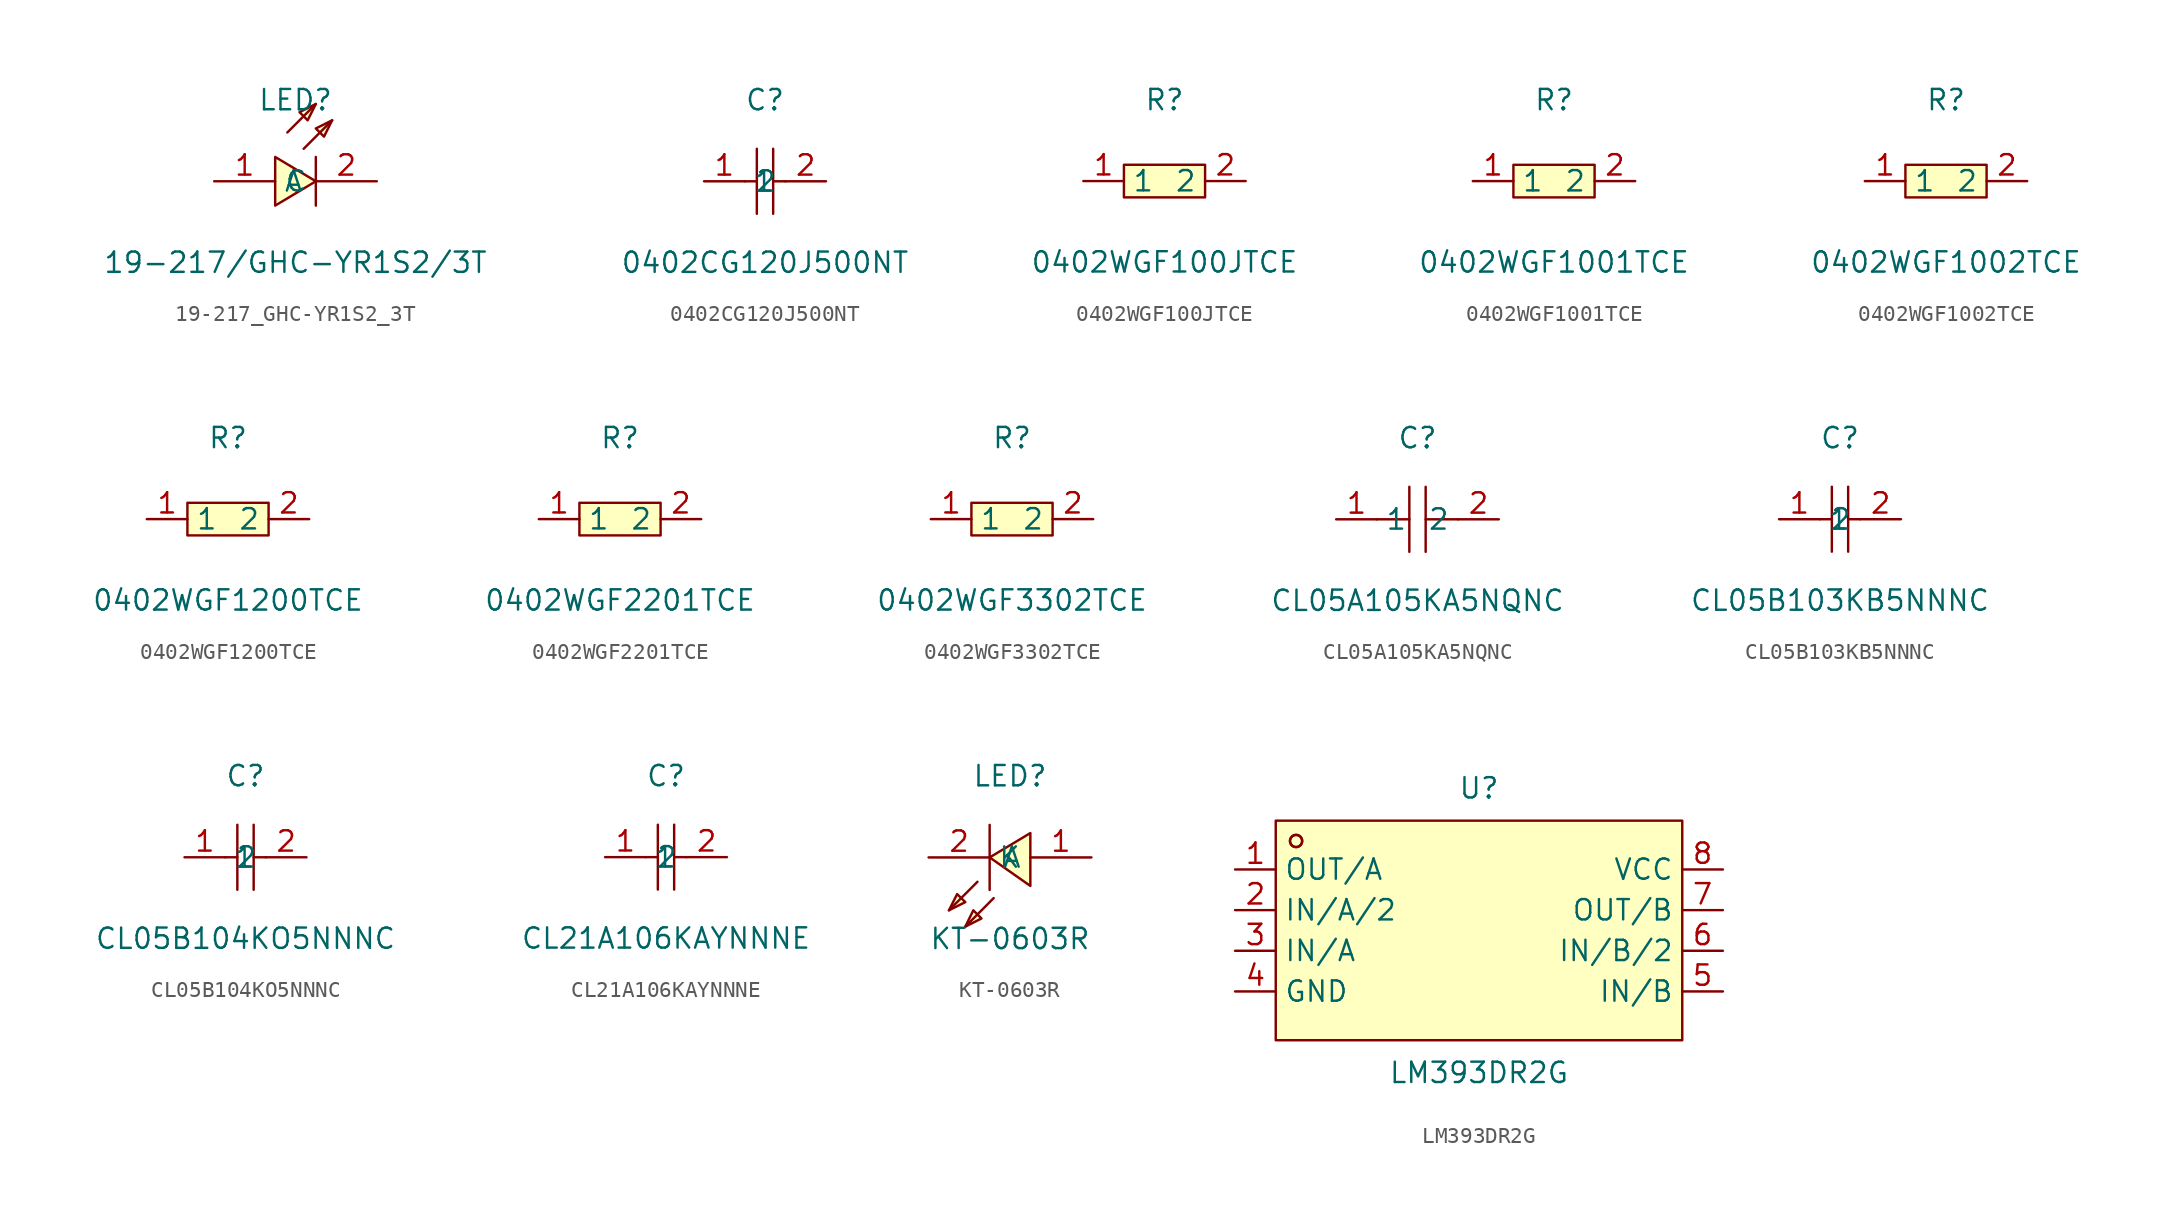
<source format=kicad_sym>
(kicad_symbol_lib
  (version 20211014)
  (generator https://github.com/uPesy/easyeda2kicad.py)
  (symbol "19-217_GHC-YR1S2_3T"
    (property "Reference" "LED"
      (at 0 3.81 0)
      (effects (font (size 1.27 1.27))))
    (property "Value" "19-217/GHC-YR1S2/3T"
      (at 0 -6.35 0)
      (effects (font (size 1.27 1.27))))
    (symbol "19-217_GHC-YR1S2_3T_0_1"
      (polyline (pts (xy -0.51 1.78) (xy 1.27 3.56)) (stroke (width 0) (type default) (color 0 0 0 0)) (fill (type none)))
      (polyline (pts (xy 0.51 0.76) (xy 2.29 2.54)) (stroke (width 0) (type default) (color 0 0 0 0)) (fill (type none)))
      (polyline (pts (xy 1.27 0.25) (xy 1.27 -2.79)) (stroke (width 0) (type default) (color 0 0 0 0)) (fill (type none)))
      (polyline (pts (xy -1.27 -2.79) (xy 1.27 -1.27) (xy -1.27 0.25) (xy -1.27 -2.79)) (stroke (width 0) (type default) (color 0 0 0 0)) (fill (type background)))
      (polyline (pts (xy 1.27 3.56) (xy 0.25 3.05) (xy 0.76 2.54) (xy 1.27 3.56)) (stroke (width 0) (type default) (color 0 0 0 0)) (fill (type background)))
      (polyline (pts (xy 2.29 2.54) (xy 1.27 2.03) (xy 1.78 1.52) (xy 2.29 2.54)) (stroke (width 0) (type default) (color 0 0 0 0)) (fill (type background)))
      (pin input line (at -5.08 -1.27 0) (length 3.81) (name "A" (effects (font (size 1.27 1.27)))) (number "1" (effects (font (size 1.27 1.27)))))
      (pin input line (at 5.08 -1.27 180) (length 3.81) (name "C" (effects (font (size 1.27 1.27)))) (number "2" (effects (font (size 1.27 1.27)))))))
  (symbol "0402CG120J500NT"
    (property "Reference" "C"
      (at 0 5.08 0)
      (effects (font (size 1.27 1.27))))
    (property "Value" "0402CG120J500NT"
      (at 0 -5.08 0)
      (effects (font (size 1.27 1.27))))
    (symbol "0402CG120J500NT_0_1"
      (polyline (pts (xy -1.27 0) (xy -0.51 0)) (stroke (width 0) (type default) (color 0 0 0 0)) (fill (type none)))
      (polyline (pts (xy -0.51 2.03) (xy -0.51 -2.03)) (stroke (width 0) (type default) (color 0 0 0 0)) (fill (type none)))
      (polyline (pts (xy 0.51 0) (xy 1.27 0)) (stroke (width 0) (type default) (color 0 0 0 0)) (fill (type none)))
      (polyline (pts (xy 0.51 2.03) (xy 0.51 -2.03)) (stroke (width 0) (type default) (color 0 0 0 0)) (fill (type none)))
      (pin input line (at -3.81 0 0) (length 2.54) (name "1" (effects (font (size 1.27 1.27)))) (number "1" (effects (font (size 1.27 1.27)))))
      (pin input line (at 3.81 0 180) (length 2.54) (name "2" (effects (font (size 1.27 1.27)))) (number "2" (effects (font (size 1.27 1.27)))))))
  (symbol "0402WGF100JTCE"
    (property "Reference" "R"
      (at 0 5.08 0)
      (effects (font (size 1.27 1.27))))
    (property "Value" "0402WGF100JTCE"
      (at 0 -5.08 0)
      (effects (font (size 1.27 1.27))))
    (symbol "0402WGF100JTCE_0_1"
      (rectangle (start -2.54 1.02) (end 2.54 -1.02) (stroke (width 0) (type default) (color 0 0 0 0)) (fill (type background)))
      (pin input line (at -5.08 0 0) (length 2.54) (name "1" (effects (font (size 1.27 1.27)))) (number "1" (effects (font (size 1.27 1.27)))))
      (pin input line (at 5.08 0 180) (length 2.54) (name "2" (effects (font (size 1.27 1.27)))) (number "2" (effects (font (size 1.27 1.27)))))))
  (symbol "0402WGF1001TCE"
    (property "Reference" "R"
      (at 0 5.08 0)
      (effects (font (size 1.27 1.27))))
    (property "Value" "0402WGF1001TCE"
      (at 0 -5.08 0)
      (effects (font (size 1.27 1.27))))
    (symbol "0402WGF1001TCE_0_1"
      (rectangle (start -2.54 1.02) (end 2.54 -1.02) (stroke (width 0) (type default) (color 0 0 0 0)) (fill (type background)))
      (pin input line (at -5.08 0 0) (length 2.54) (name "1" (effects (font (size 1.27 1.27)))) (number "1" (effects (font (size 1.27 1.27)))))
      (pin input line (at 5.08 0 180) (length 2.54) (name "2" (effects (font (size 1.27 1.27)))) (number "2" (effects (font (size 1.27 1.27)))))))
  (symbol "0402WGF1002TCE"
    (property "Reference" "R"
      (at 0 5.08 0)
      (effects (font (size 1.27 1.27))))
    (property "Value" "0402WGF1002TCE"
      (at 0 -5.08 0)
      (effects (font (size 1.27 1.27))))
    (symbol "0402WGF1002TCE_0_1"
      (rectangle (start -2.54 1.02) (end 2.54 -1.02) (stroke (width 0) (type default) (color 0 0 0 0)) (fill (type background)))
      (pin input line (at -5.08 0 0) (length 2.54) (name "1" (effects (font (size 1.27 1.27)))) (number "1" (effects (font (size 1.27 1.27)))))
      (pin input line (at 5.08 0 180) (length 2.54) (name "2" (effects (font (size 1.27 1.27)))) (number "2" (effects (font (size 1.27 1.27)))))))
  (symbol "0402WGF1200TCE"
    (property "Reference" "R"
      (at 0 5.08 0)
      (effects (font (size 1.27 1.27))))
    (property "Value" "0402WGF1200TCE"
      (at 0 -5.08 0)
      (effects (font (size 1.27 1.27))))
    (symbol "0402WGF1200TCE_0_1"
      (rectangle (start -2.54 1.02) (end 2.54 -1.02) (stroke (width 0) (type default) (color 0 0 0 0)) (fill (type background)))
      (pin input line (at -5.08 0 0) (length 2.54) (name "1" (effects (font (size 1.27 1.27)))) (number "1" (effects (font (size 1.27 1.27)))))
      (pin input line (at 5.08 0 180) (length 2.54) (name "2" (effects (font (size 1.27 1.27)))) (number "2" (effects (font (size 1.27 1.27)))))))
  (symbol "0402WGF2201TCE"
    (property "Reference" "R"
      (at 0 5.08 0)
      (effects (font (size 1.27 1.27))))
    (property "Value" "0402WGF2201TCE"
      (at 0 -5.08 0)
      (effects (font (size 1.27 1.27))))
    (symbol "0402WGF2201TCE_0_1"
      (rectangle (start -2.54 1.02) (end 2.54 -1.02) (stroke (width 0) (type default) (color 0 0 0 0)) (fill (type background)))
      (pin input line (at -5.08 0 0) (length 2.54) (name "1" (effects (font (size 1.27 1.27)))) (number "1" (effects (font (size 1.27 1.27)))))
      (pin input line (at 5.08 0 180) (length 2.54) (name "2" (effects (font (size 1.27 1.27)))) (number "2" (effects (font (size 1.27 1.27)))))))
  (symbol "0402WGF3302TCE"
    (property "Reference" "R"
      (at 0 5.08 0)
      (effects (font (size 1.27 1.27))))
    (property "Value" "0402WGF3302TCE"
      (at 0 -5.08 0)
      (effects (font (size 1.27 1.27))))
    (symbol "0402WGF3302TCE_0_1"
      (rectangle (start -2.54 1.02) (end 2.54 -1.02) (stroke (width 0) (type default) (color 0 0 0 0)) (fill (type background)))
      (pin input line (at -5.08 0 0) (length 2.54) (name "1" (effects (font (size 1.27 1.27)))) (number "1" (effects (font (size 1.27 1.27)))))
      (pin input line (at 5.08 0 180) (length 2.54) (name "2" (effects (font (size 1.27 1.27)))) (number "2" (effects (font (size 1.27 1.27)))))))
  (symbol "CL05A105KA5NQNC"
    (property "Reference" "C"
      (at 0 5.08 0)
      (effects (font (size 1.27 1.27))))
    (property "Value" "CL05A105KA5NQNC"
      (at 0 -5.08 0)
      (effects (font (size 1.27 1.27))))
    (symbol "CL05A105KA5NQNC_0_1"
      (polyline (pts (xy -0.51 -2.03) (xy -0.51 2.03)) (stroke (width 0) (type default) (color 0 0 0 0)) (fill (type none)))
      (polyline (pts (xy -0.51 0) (xy -2.54 0)) (stroke (width 0) (type default) (color 0 0 0 0)) (fill (type none)))
      (polyline (pts (xy 0.51 2.03) (xy 0.51 -2.03)) (stroke (width 0) (type default) (color 0 0 0 0)) (fill (type none)))
      (polyline (pts (xy 2.54 0) (xy 0.51 0)) (stroke (width 0) (type default) (color 0 0 0 0)) (fill (type none)))
      (pin unspecified line (at -5.08 0 0) (length 2.54) (name "1" (effects (font (size 1.27 1.27)))) (number "1" (effects (font (size 1.27 1.27)))))
      (pin unspecified line (at 5.08 0 180) (length 2.54) (name "2" (effects (font (size 1.27 1.27)))) (number "2" (effects (font (size 1.27 1.27)))))))
  (symbol "CL05B103KB5NNNC"
    (property "Reference" "C"
      (at 0 5.08 0)
      (effects (font (size 1.27 1.27))))
    (property "Value" "CL05B103KB5NNNC"
      (at 0 -5.08 0)
      (effects (font (size 1.27 1.27))))
    (symbol "CL05B103KB5NNNC_0_1"
      (polyline (pts (xy -1.27 0) (xy -0.51 0)) (stroke (width 0) (type default) (color 0 0 0 0)) (fill (type none)))
      (polyline (pts (xy -0.51 2.03) (xy -0.51 -2.03)) (stroke (width 0) (type default) (color 0 0 0 0)) (fill (type none)))
      (polyline (pts (xy 0.51 0) (xy 1.27 0)) (stroke (width 0) (type default) (color 0 0 0 0)) (fill (type none)))
      (polyline (pts (xy 0.51 2.03) (xy 0.51 -2.03)) (stroke (width 0) (type default) (color 0 0 0 0)) (fill (type none)))
      (pin input line (at -3.81 0 0) (length 2.54) (name "1" (effects (font (size 1.27 1.27)))) (number "1" (effects (font (size 1.27 1.27)))))
      (pin input line (at 3.81 0 180) (length 2.54) (name "2" (effects (font (size 1.27 1.27)))) (number "2" (effects (font (size 1.27 1.27)))))))
  (symbol "CL05B104KO5NNNC"
    (property "Reference" "C"
      (at 0 5.08 0)
      (effects (font (size 1.27 1.27))))
    (property "Value" "CL05B104KO5NNNC"
      (at 0 -5.08 0)
      (effects (font (size 1.27 1.27))))
    (symbol "CL05B104KO5NNNC_0_1"
      (polyline (pts (xy -1.27 0) (xy -0.51 0)) (stroke (width 0) (type default) (color 0 0 0 0)) (fill (type none)))
      (polyline (pts (xy -0.51 2.03) (xy -0.51 -2.03)) (stroke (width 0) (type default) (color 0 0 0 0)) (fill (type none)))
      (polyline (pts (xy 0.51 0) (xy 1.27 0)) (stroke (width 0) (type default) (color 0 0 0 0)) (fill (type none)))
      (polyline (pts (xy 0.51 2.03) (xy 0.51 -2.03)) (stroke (width 0) (type default) (color 0 0 0 0)) (fill (type none)))
      (pin input line (at -3.81 0 0) (length 2.54) (name "1" (effects (font (size 1.27 1.27)))) (number "1" (effects (font (size 1.27 1.27)))))
      (pin input line (at 3.81 0 180) (length 2.54) (name "2" (effects (font (size 1.27 1.27)))) (number "2" (effects (font (size 1.27 1.27)))))))
  (symbol "CL21A106KAYNNNE"
    (property "Reference" "C"
      (at 0 5.08 0)
      (effects (font (size 1.27 1.27))))
    (property "Value" "CL21A106KAYNNNE"
      (at 0 -5.08 0)
      (effects (font (size 1.27 1.27))))
    (symbol "CL21A106KAYNNNE_0_1"
      (polyline (pts (xy -1.27 0) (xy -0.51 0)) (stroke (width 0) (type default) (color 0 0 0 0)) (fill (type none)))
      (polyline (pts (xy -0.51 2.03) (xy -0.51 -2.03)) (stroke (width 0) (type default) (color 0 0 0 0)) (fill (type none)))
      (polyline (pts (xy 0.51 0) (xy 1.27 0)) (stroke (width 0) (type default) (color 0 0 0 0)) (fill (type none)))
      (polyline (pts (xy 0.51 2.03) (xy 0.51 -2.03)) (stroke (width 0) (type default) (color 0 0 0 0)) (fill (type none)))
      (pin input line (at -3.81 0 0) (length 2.54) (name "1" (effects (font (size 1.27 1.27)))) (number "1" (effects (font (size 1.27 1.27)))))
      (pin input line (at 3.81 0 180) (length 2.54) (name "2" (effects (font (size 1.27 1.27)))) (number "2" (effects (font (size 1.27 1.27)))))))
  (symbol "KT-0603R"
    (property "Reference" "LED"
      (at 0 6.35 0)
      (effects (font (size 1.27 1.27))))
    (property "Value" "KT-0603R"
      (at 0 -3.81 0)
      (effects (font (size 1.27 1.27))))
    (symbol "KT-0603R_0_1"
      (polyline (pts (xy -2.03 -0.25) (xy -3.81 -2.03)) (stroke (width 0) (type default) (color 0 0 0 0)) (fill (type none)))
      (polyline (pts (xy -1.27 -0.76) (xy -1.27 3.3)) (stroke (width 0) (type default) (color 0 0 0 0)) (fill (type none)))
      (polyline (pts (xy -1.02 -1.27) (xy -2.79 -3.05)) (stroke (width 0) (type default) (color 0 0 0 0)) (fill (type none)))
      (polyline (pts (xy -3.81 -2.03) (xy -2.79 -1.52) (xy -3.3 -1.02) (xy -3.81 -2.03)) (stroke (width 0) (type default) (color 0 0 0 0)) (fill (type background)))
      (polyline (pts (xy -2.79 -3.05) (xy -1.78 -2.54) (xy -2.29 -2.03) (xy -2.79 -3.05)) (stroke (width 0) (type default) (color 0 0 0 0)) (fill (type background)))
      (polyline (pts (xy 1.27 2.79) (xy -1.27 1.27) (xy 1.27 -0.51) (xy 1.27 2.79)) (stroke (width 0) (type default) (color 0 0 0 0)) (fill (type background)))
      (pin unspecified line (at 5.08 1.27 180) (length 3.81) (name "A" (effects (font (size 1.27 1.27)))) (number "1" (effects (font (size 1.27 1.27)))))
      (pin unspecified line (at -5.08 1.27 0) (length 3.81) (name "K" (effects (font (size 1.27 1.27)))) (number "2" (effects (font (size 1.27 1.27)))))))
  (symbol "LM393DR2G"
    (property "Reference" "U"
      (at 0 8.89 0)
      (effects (font (size 1.27 1.27))))
    (property "Value" "LM393DR2G"
      (at 0 -8.89 0)
      (effects (font (size 1.27 1.27))))
    (symbol "LM393DR2G_0_1"
      (rectangle (start -12.7 6.86) (end 12.7 -6.86) (stroke (width 0) (type default) (color 0 0 0 0)) (fill (type background)))
      (circle (center -11.43 5.59) (radius 0.38) (stroke (width 0) (type default) (color 0 0 0 0)) (fill (type none)))
      (circle (center -11.43 5.59) (radius 0.38) (stroke (width 0) (type default) (color 0 0 0 0)) (fill (type none)))
      (pin unspecified line (at -15.24 3.81 0) (length 2.54) (name "OUT/A" (effects (font (size 1.27 1.27)))) (number "1" (effects (font (size 1.27 1.27)))))
      (pin unspecified line (at -15.24 1.27 0) (length 2.54) (name "IN/A/2" (effects (font (size 1.27 1.27)))) (number "2" (effects (font (size 1.27 1.27)))))
      (pin unspecified line (at -15.24 -1.27 0) (length 2.54) (name "IN/A" (effects (font (size 1.27 1.27)))) (number "3" (effects (font (size 1.27 1.27)))))
      (pin unspecified line (at -15.24 -3.81 0) (length 2.54) (name "GND" (effects (font (size 1.27 1.27)))) (number "4" (effects (font (size 1.27 1.27)))))
      (pin unspecified line (at 15.24 -3.81 180) (length 2.54) (name "IN/B" (effects (font (size 1.27 1.27)))) (number "5" (effects (font (size 1.27 1.27)))))
      (pin unspecified line (at 15.24 -1.27 180) (length 2.54) (name "IN/B/2" (effects (font (size 1.27 1.27)))) (number "6" (effects (font (size 1.27 1.27)))))
      (pin unspecified line (at 15.24 1.27 180) (length 2.54) (name "OUT/B" (effects (font (size 1.27 1.27)))) (number "7" (effects (font (size 1.27 1.27)))))
      (pin unspecified line (at 15.24 3.81 180) (length 2.54) (name "VCC" (effects (font (size 1.27 1.27)))) (number "8" (effects (font (size 1.27 1.27))))))))
</source>
